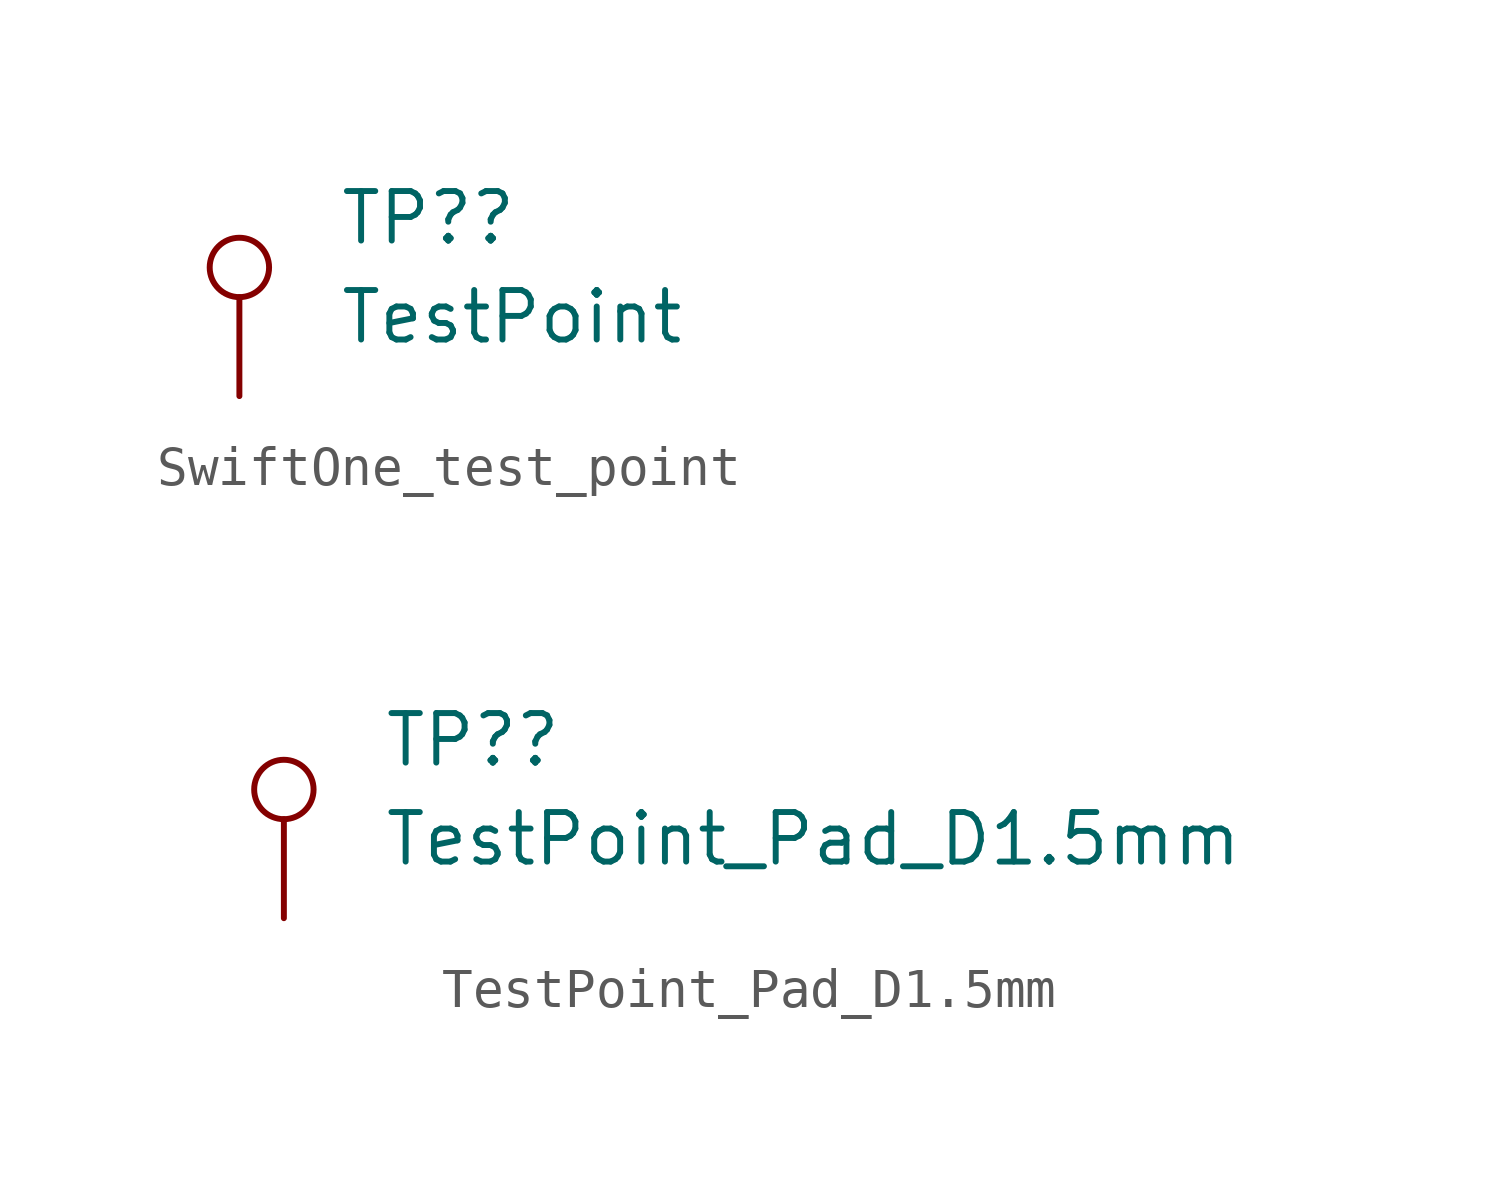
<source format=kicad_sym>
(kicad_symbol_lib
  (version 20220914)
  (generator kicad_symbol_editor)
  (symbol "SwiftOne_test_point"
    (pin_numbers hide)
    (pin_names
      (offset 0.762) hide)
    (property "Reference" "TP?"
      (at 2.54 4.572 0)
      (effects (font (size 1.27 1.27)) (justify left)))
    (property "Value" "TestPoint"
      (at 2.54 2.032 0)
      (effects (font (size 1.27 1.27)) (justify left)))
    (symbol "SwiftOne_test_point_0_1"
      (circle (center 0 3.302) (radius 0.762) (stroke (width 0) (type default)) (fill (type none))))
    (symbol "SwiftOne_test_point_1_1"
      (pin passive line (at 0 0 90) (length 2.54) (name "1" (effects (font (size 1.27 1.27)))) (number "1" (effects (font (size 1.27 1.27)))))))
  (symbol "TestPoint_Pad_D1.5mm"
    (pin_numbers hide)
    (pin_names
      (offset 0.762) hide)
    (property "Reference" "TP?"
      (at 2.54 4.572 0)
      (effects (font (size 1.27 1.27)) (justify left)))
    (property "Value" "TestPoint_Pad_D1.5mm"
      (at 2.54 2.032 0)
      (effects (font (size 1.27 1.27)) (justify left)))
    (symbol "TestPoint_Pad_D1.5mm_0_1"
      (circle (center 0 3.302) (radius 0.762) (stroke (width 0) (type default)) (fill (type none))))
    (symbol "TestPoint_Pad_D1.5mm_1_1"
      (pin passive line (at 0 0 90) (length 2.54) (name "1" (effects (font (size 1.27 1.27)))) (number "1" (effects (font (size 1.27 1.27))))))))
</source>
